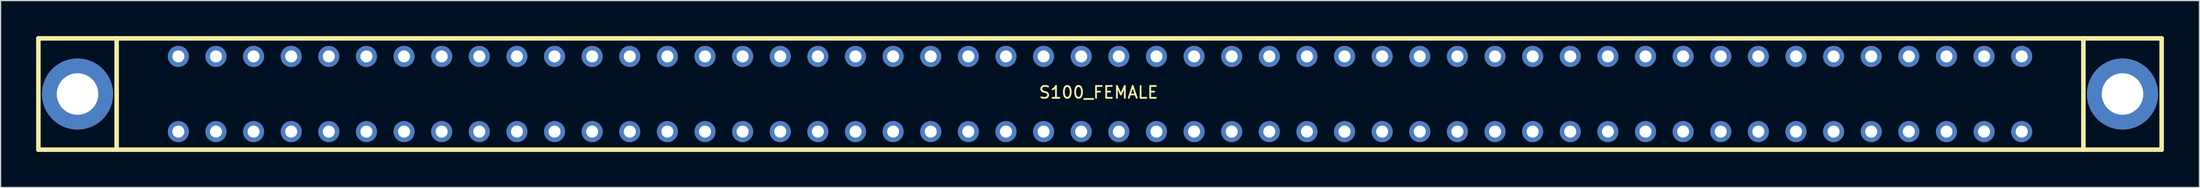
<source format=kicad_pcb>
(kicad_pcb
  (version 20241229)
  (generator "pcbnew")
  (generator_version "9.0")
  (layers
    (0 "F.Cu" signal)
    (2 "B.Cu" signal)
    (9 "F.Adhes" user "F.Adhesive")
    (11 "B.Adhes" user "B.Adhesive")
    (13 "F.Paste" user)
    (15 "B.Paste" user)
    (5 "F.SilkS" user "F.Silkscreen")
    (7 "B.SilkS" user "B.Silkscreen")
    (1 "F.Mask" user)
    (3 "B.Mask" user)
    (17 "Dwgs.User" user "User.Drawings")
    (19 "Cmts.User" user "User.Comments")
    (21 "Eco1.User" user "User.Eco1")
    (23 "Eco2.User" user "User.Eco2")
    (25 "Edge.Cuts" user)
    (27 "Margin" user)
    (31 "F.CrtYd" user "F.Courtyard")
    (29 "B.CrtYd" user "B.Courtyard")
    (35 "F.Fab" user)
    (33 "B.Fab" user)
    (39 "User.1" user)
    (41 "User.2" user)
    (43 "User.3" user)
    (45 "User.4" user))
  (footprint "S100_FEMALE"
    (layer "F.Cu")
    (at 89.667 4.884)
    (property "Reference" "S100_FEMALE" (at 0 -0.127 0) (layer "F.SilkS") (effects (font (size 1 1) (thickness 0.15))))
    (attr through_hole)
    (fp_line (start -89.477 4.704) (end -89.477 -4.694) (stroke (width 0.381) (type solid)) (layer "F.SilkS"))
    (fp_line (start -89.477 4.704) (end 89.72 4.704) (stroke (width 0.381) (type solid)) (layer "F.SilkS"))
    (fp_line (start -82.873 -4.694) (end -82.873 4.704) (stroke (width 0.381) (type solid)) (layer "F.SilkS"))
    (fp_line (start 83.116 -4.694) (end 83.116 4.704) (stroke (width 0.381) (type solid)) (layer "F.SilkS"))
    (fp_line (start 89.72 -4.694) (end -89.477 -4.694) (stroke (width 0.381) (type solid)) (layer "F.SilkS"))
    (fp_line (start 89.72 4.704) (end 89.72 -4.694) (stroke (width 0.381) (type solid)) (layer "F.SilkS"))
    (pad "1" thru_hole circle (at -77.666 3.18) (size 1.778 1.778) (drill 1.016) (layers "*.Cu" "*.Mask"))
    (pad "2" thru_hole circle (at -74.491 3.18) (size 1.778 1.778) (drill 1.016) (layers "*.Cu" "*.Mask"))
    (pad "3" thru_hole circle (at -71.316 3.18) (size 1.778 1.778) (drill 1.016) (layers "*.Cu" "*.Mask"))
    (pad "4" thru_hole circle (at -68.141 3.18) (size 1.778 1.778) (drill 1.016) (layers "*.Cu" "*.Mask"))
    (pad "5" thru_hole circle (at -64.966 3.18) (size 1.778 1.778) (drill 1.016) (layers "*.Cu" "*.Mask"))
    (pad "6" thru_hole circle (at -61.791 3.18) (size 1.778 1.778) (drill 1.016) (layers "*.Cu" "*.Mask"))
    (pad "7" thru_hole circle (at -58.616 3.18) (size 1.778 1.778) (drill 1.016) (layers "*.Cu" "*.Mask"))
    (pad "8" thru_hole circle (at -55.441 3.18) (size 1.778 1.778) (drill 1.016) (layers "*.Cu" "*.Mask"))
    (pad "9" thru_hole circle (at -52.266 3.18) (size 1.778 1.778) (drill 1.016) (layers "*.Cu" "*.Mask"))
    (pad "10" thru_hole circle (at -49.091 3.18) (size 1.778 1.778) (drill 1.016) (layers "*.Cu" "*.Mask"))
    (pad "11" thru_hole circle (at -45.916 3.18) (size 1.778 1.778) (drill 1.016) (layers "*.Cu" "*.Mask"))
    (pad "12" thru_hole circle (at -42.741 3.18) (size 1.778 1.778) (drill 1.016) (layers "*.Cu" "*.Mask"))
    (pad "13" thru_hole circle (at -39.566 3.18) (size 1.778 1.778) (drill 1.016) (layers "*.Cu" "*.Mask"))
    (pad "14" thru_hole circle (at -36.391 3.18) (size 1.778 1.778) (drill 1.016) (layers "*.Cu" "*.Mask"))
    (pad "15" thru_hole circle (at -33.216 3.18) (size 1.778 1.778) (drill 1.016) (layers "*.Cu" "*.Mask"))
    (pad "16" thru_hole circle (at -30.041 3.18) (size 1.778 1.778) (drill 1.016) (layers "*.Cu" "*.Mask"))
    (pad "17" thru_hole circle (at -26.866 3.18) (size 1.778 1.778) (drill 1.016) (layers "*.Cu" "*.Mask"))
    (pad "18" thru_hole circle (at -23.691 3.18) (size 1.778 1.778) (drill 1.016) (layers "*.Cu" "*.Mask"))
    (pad "19" thru_hole circle (at -20.516 3.18) (size 1.778 1.778) (drill 1.016) (layers "*.Cu" "*.Mask"))
    (pad "20" thru_hole circle (at -17.341 3.18) (size 1.778 1.778) (drill 1.016) (layers "*.Cu" "*.Mask"))
    (pad "21" thru_hole circle (at -14.166 3.18) (size 1.778 1.778) (drill 1.016) (layers "*.Cu" "*.Mask"))
    (pad "22" thru_hole circle (at -10.991 3.18) (size 1.778 1.778) (drill 1.016) (layers "*.Cu" "*.Mask"))
    (pad "23" thru_hole circle (at -7.816 3.18) (size 1.778 1.778) (drill 1.016) (layers "*.Cu" "*.Mask"))
    (pad "24" thru_hole circle (at -4.641 3.18) (size 1.778 1.778) (drill 1.016) (layers "*.Cu" "*.Mask"))
    (pad "25" thru_hole circle (at -1.466 3.18) (size 1.778 1.778) (drill 1.016) (layers "*.Cu" "*.Mask"))
    (pad "26" thru_hole circle (at 1.709 3.18) (size 1.778 1.778) (drill 1.016) (layers "*.Cu" "*.Mask"))
    (pad "27" thru_hole circle (at 4.884 3.18) (size 1.778 1.778) (drill 1.016) (layers "*.Cu" "*.Mask"))
    (pad "28" thru_hole circle (at 8.059 3.18) (size 1.778 1.778) (drill 1.016) (layers "*.Cu" "*.Mask"))
    (pad "29" thru_hole circle (at 11.234 3.18) (size 1.778 1.778) (drill 1.016) (layers "*.Cu" "*.Mask"))
    (pad "30" thru_hole circle (at 14.409 3.18) (size 1.778 1.778) (drill 1.016) (layers "*.Cu" "*.Mask"))
    (pad "31" thru_hole circle (at 17.584 3.18) (size 1.778 1.778) (drill 1.016) (layers "*.Cu" "*.Mask"))
    (pad "32" thru_hole circle (at 20.759 3.18) (size 1.778 1.778) (drill 1.016) (layers "*.Cu" "*.Mask"))
    (pad "33" thru_hole circle (at 23.934 3.18) (size 1.778 1.778) (drill 1.016) (layers "*.Cu" "*.Mask"))
    (pad "34" thru_hole circle (at 27.109 3.18) (size 1.778 1.778) (drill 1.016) (layers "*.Cu" "*.Mask"))
    (pad "35" thru_hole circle (at 30.284 3.18) (size 1.778 1.778) (drill 1.016) (layers "*.Cu" "*.Mask"))
    (pad "36" thru_hole circle (at 33.459 3.18) (size 1.778 1.778) (drill 1.016) (layers "*.Cu" "*.Mask"))
    (pad "37" thru_hole circle (at 36.634 3.18) (size 1.778 1.778) (drill 1.016) (layers "*.Cu" "*.Mask"))
    (pad "38" thru_hole circle (at 39.809 3.18) (size 1.778 1.778) (drill 1.016) (layers "*.Cu" "*.Mask"))
    (pad "39" thru_hole circle (at 42.984 3.18) (size 1.778 1.778) (drill 1.016) (layers "*.Cu" "*.Mask"))
    (pad "40" thru_hole circle (at 46.159 3.18) (size 1.778 1.778) (drill 1.016) (layers "*.Cu" "*.Mask"))
    (pad "41" thru_hole circle (at 49.334 3.18) (size 1.778 1.778) (drill 1.016) (layers "*.Cu" "*.Mask"))
    (pad "42" thru_hole circle (at 52.509 3.18) (size 1.778 1.778) (drill 1.016) (layers "*.Cu" "*.Mask"))
    (pad "43" thru_hole circle (at 55.684 3.18) (size 1.778 1.778) (drill 1.016) (layers "*.Cu" "*.Mask"))
    (pad "44" thru_hole circle (at 58.859 3.18) (size 1.778 1.778) (drill 1.016) (layers "*.Cu" "*.Mask"))
    (pad "45" thru_hole circle (at 62.034 3.18) (size 1.778 1.778) (drill 1.016) (layers "*.Cu" "*.Mask"))
    (pad "46" thru_hole circle (at 65.209 3.18) (size 1.778 1.778) (drill 1.016) (layers "*.Cu" "*.Mask"))
    (pad "47" thru_hole circle (at 68.384 3.18) (size 1.778 1.778) (drill 1.016) (layers "*.Cu" "*.Mask"))
    (pad "48" thru_hole circle (at 71.559 3.18) (size 1.778 1.778) (drill 1.016) (layers "*.Cu" "*.Mask"))
    (pad "49" thru_hole circle (at 74.734 3.18) (size 1.778 1.778) (drill 1.016) (layers "*.Cu" "*.Mask"))
    (pad "50" thru_hole circle (at 77.909 3.18) (size 1.778 1.778) (drill 1.016) (layers "*.Cu" "*.Mask"))
    (pad "51" thru_hole circle (at -77.666 -3.17) (size 1.778 1.778) (drill 1.016) (layers "*.Cu" "*.Mask"))
    (pad "52" thru_hole circle (at -74.491 -3.17) (size 1.778 1.778) (drill 1.016) (layers "*.Cu" "*.Mask"))
    (pad "53" thru_hole circle (at -71.316 -3.17) (size 1.778 1.778) (drill 1.016) (layers "*.Cu" "*.Mask"))
    (pad "54" thru_hole circle (at -68.141 -3.17) (size 1.778 1.778) (drill 1.016) (layers "*.Cu" "*.Mask"))
    (pad "55" thru_hole circle (at -64.966 -3.17) (size 1.778 1.778) (drill 1.016) (layers "*.Cu" "*.Mask"))
    (pad "56" thru_hole circle (at -61.791 -3.17) (size 1.778 1.778) (drill 1.016) (layers "*.Cu" "*.Mask"))
    (pad "57" thru_hole circle (at -58.616 -3.17) (size 1.778 1.778) (drill 1.016) (layers "*.Cu" "*.Mask"))
    (pad "58" thru_hole circle (at -55.441 -3.17) (size 1.778 1.778) (drill 1.016) (layers "*.Cu" "*.Mask"))
    (pad "59" thru_hole circle (at -52.266 -3.17) (size 1.778 1.778) (drill 1.016) (layers "*.Cu" "*.Mask"))
    (pad "60" thru_hole circle (at -49.091 -3.17) (size 1.778 1.778) (drill 1.016) (layers "*.Cu" "*.Mask"))
    (pad "61" thru_hole circle (at -45.916 -3.17) (size 1.778 1.778) (drill 1.016) (layers "*.Cu" "*.Mask"))
    (pad "62" thru_hole circle (at -42.741 -3.17) (size 1.778 1.778) (drill 1.016) (layers "*.Cu" "*.Mask"))
    (pad "63" thru_hole circle (at -39.566 -3.17) (size 1.778 1.778) (drill 1.016) (layers "*.Cu" "*.Mask"))
    (pad "64" thru_hole circle (at -36.391 -3.17) (size 1.778 1.778) (drill 1.016) (layers "*.Cu" "*.Mask"))
    (pad "65" thru_hole circle (at -33.216 -3.17) (size 1.778 1.778) (drill 1.016) (layers "*.Cu" "*.Mask"))
    (pad "66" thru_hole circle (at -30.041 -3.17) (size 1.778 1.778) (drill 1.016) (layers "*.Cu" "*.Mask"))
    (pad "67" thru_hole circle (at -26.866 -3.17) (size 1.778 1.778) (drill 1.016) (layers "*.Cu" "*.Mask"))
    (pad "68" thru_hole circle (at -23.691 -3.17) (size 1.778 1.778) (drill 1.016) (layers "*.Cu" "*.Mask"))
    (pad "69" thru_hole circle (at -20.516 -3.17) (size 1.778 1.778) (drill 1.016) (layers "*.Cu" "*.Mask"))
    (pad "70" thru_hole circle (at -17.341 -3.17) (size 1.778 1.778) (drill 1.016) (layers "*.Cu" "*.Mask"))
    (pad "71" thru_hole circle (at -14.166 -3.17) (size 1.778 1.778) (drill 1.016) (layers "*.Cu" "*.Mask"))
    (pad "72" thru_hole circle (at -10.991 -3.17) (size 1.778 1.778) (drill 1.016) (layers "*.Cu" "*.Mask"))
    (pad "73" thru_hole circle (at -7.816 -3.17) (size 1.778 1.778) (drill 1.016) (layers "*.Cu" "*.Mask"))
    (pad "74" thru_hole circle (at -4.641 -3.17) (size 1.778 1.778) (drill 1.016) (layers "*.Cu" "*.Mask"))
    (pad "75" thru_hole circle (at -1.466 -3.17) (size 1.778 1.778) (drill 1.016) (layers "*.Cu" "*.Mask"))
    (pad "76" thru_hole circle (at 1.709 -3.17) (size 1.778 1.778) (drill 1.016) (layers "*.Cu" "*.Mask"))
    (pad "77" thru_hole circle (at 4.884 -3.17) (size 1.778 1.778) (drill 1.016) (layers "*.Cu" "*.Mask"))
    (pad "78" thru_hole circle (at 8.059 -3.17) (size 1.778 1.778) (drill 1.016) (layers "*.Cu" "*.Mask"))
    (pad "79" thru_hole circle (at 11.234 -3.17) (size 1.778 1.778) (drill 1.016) (layers "*.Cu" "*.Mask"))
    (pad "80" thru_hole circle (at 14.409 -3.17) (size 1.778 1.778) (drill 1.016) (layers "*.Cu" "*.Mask"))
    (pad "81" thru_hole circle (at 17.584 -3.17) (size 1.778 1.778) (drill 1.016) (layers "*.Cu" "*.Mask"))
    (pad "82" thru_hole circle (at 20.759 -3.17) (size 1.778 1.778) (drill 1.016) (layers "*.Cu" "*.Mask"))
    (pad "83" thru_hole circle (at 23.934 -3.17) (size 1.778 1.778) (drill 1.016) (layers "*.Cu" "*.Mask"))
    (pad "84" thru_hole circle (at 27.109 -3.17) (size 1.778 1.778) (drill 1.016) (layers "*.Cu" "*.Mask"))
    (pad "85" thru_hole circle (at 30.284 -3.17) (size 1.778 1.778) (drill 1.016) (layers "*.Cu" "*.Mask"))
    (pad "86" thru_hole circle (at 33.459 -3.17) (size 1.778 1.778) (drill 1.016) (layers "*.Cu" "*.Mask"))
    (pad "87" thru_hole circle (at 36.634 -3.17) (size 1.778 1.778) (drill 1.016) (layers "*.Cu" "*.Mask"))
    (pad "88" thru_hole circle (at 39.809 -3.17) (size 1.778 1.778) (drill 1.016) (layers "*.Cu" "*.Mask"))
    (pad "89" thru_hole circle (at 42.984 -3.17) (size 1.778 1.778) (drill 1.016) (layers "*.Cu" "*.Mask"))
    (pad "90" thru_hole circle (at 46.159 -3.17) (size 1.778 1.778) (drill 1.016) (layers "*.Cu" "*.Mask"))
    (pad "91" thru_hole circle (at 49.334 -3.17) (size 1.778 1.778) (drill 1.016) (layers "*.Cu" "*.Mask"))
    (pad "92" thru_hole circle (at 52.509 -3.17) (size 1.778 1.778) (drill 1.016) (layers "*.Cu" "*.Mask"))
    (pad "93" thru_hole circle (at 55.684 -3.17) (size 1.778 1.778) (drill 1.016) (layers "*.Cu" "*.Mask"))
    (pad "94" thru_hole circle (at 58.859 -3.17) (size 1.778 1.778) (drill 1.016) (layers "*.Cu" "*.Mask"))
    (pad "95" thru_hole circle (at 62.034 -3.17) (size 1.778 1.778) (drill 1.016) (layers "*.Cu" "*.Mask"))
    (pad "96" thru_hole circle (at 65.209 -3.17) (size 1.778 1.778) (drill 1.016) (layers "*.Cu" "*.Mask"))
    (pad "97" thru_hole circle (at 68.384 -3.17) (size 1.778 1.778) (drill 1.016) (layers "*.Cu" "*.Mask"))
    (pad "98" thru_hole circle (at 71.559 -3.17) (size 1.778 1.778) (drill 1.016) (layers "*.Cu" "*.Mask"))
    (pad "99" thru_hole circle (at 74.734 -3.17) (size 1.778 1.778) (drill 1.016) (layers "*.Cu" "*.Mask"))
    (pad "100" thru_hole circle (at 77.909 -3.17) (size 1.778 1.778) (drill 1.016) (layers "*.Cu" "*.Mask"))
    (pad "101" thru_hole circle (at -86.175 0.005) (size 6 6) (drill 3.505) (layers "*.Cu" "*.Mask"))
    (pad "102" thru_hole circle (at 86.418 0.005) (size 6 6) (drill 3.505) (layers "*.Cu" "*.Mask")))
  (gr_rect
    (start -3 -3)
    (end 182.578 12.779)
    (stroke (width 0.1) (type default))
    (fill no)
    (layer "Edge.Cuts")))
</source>
